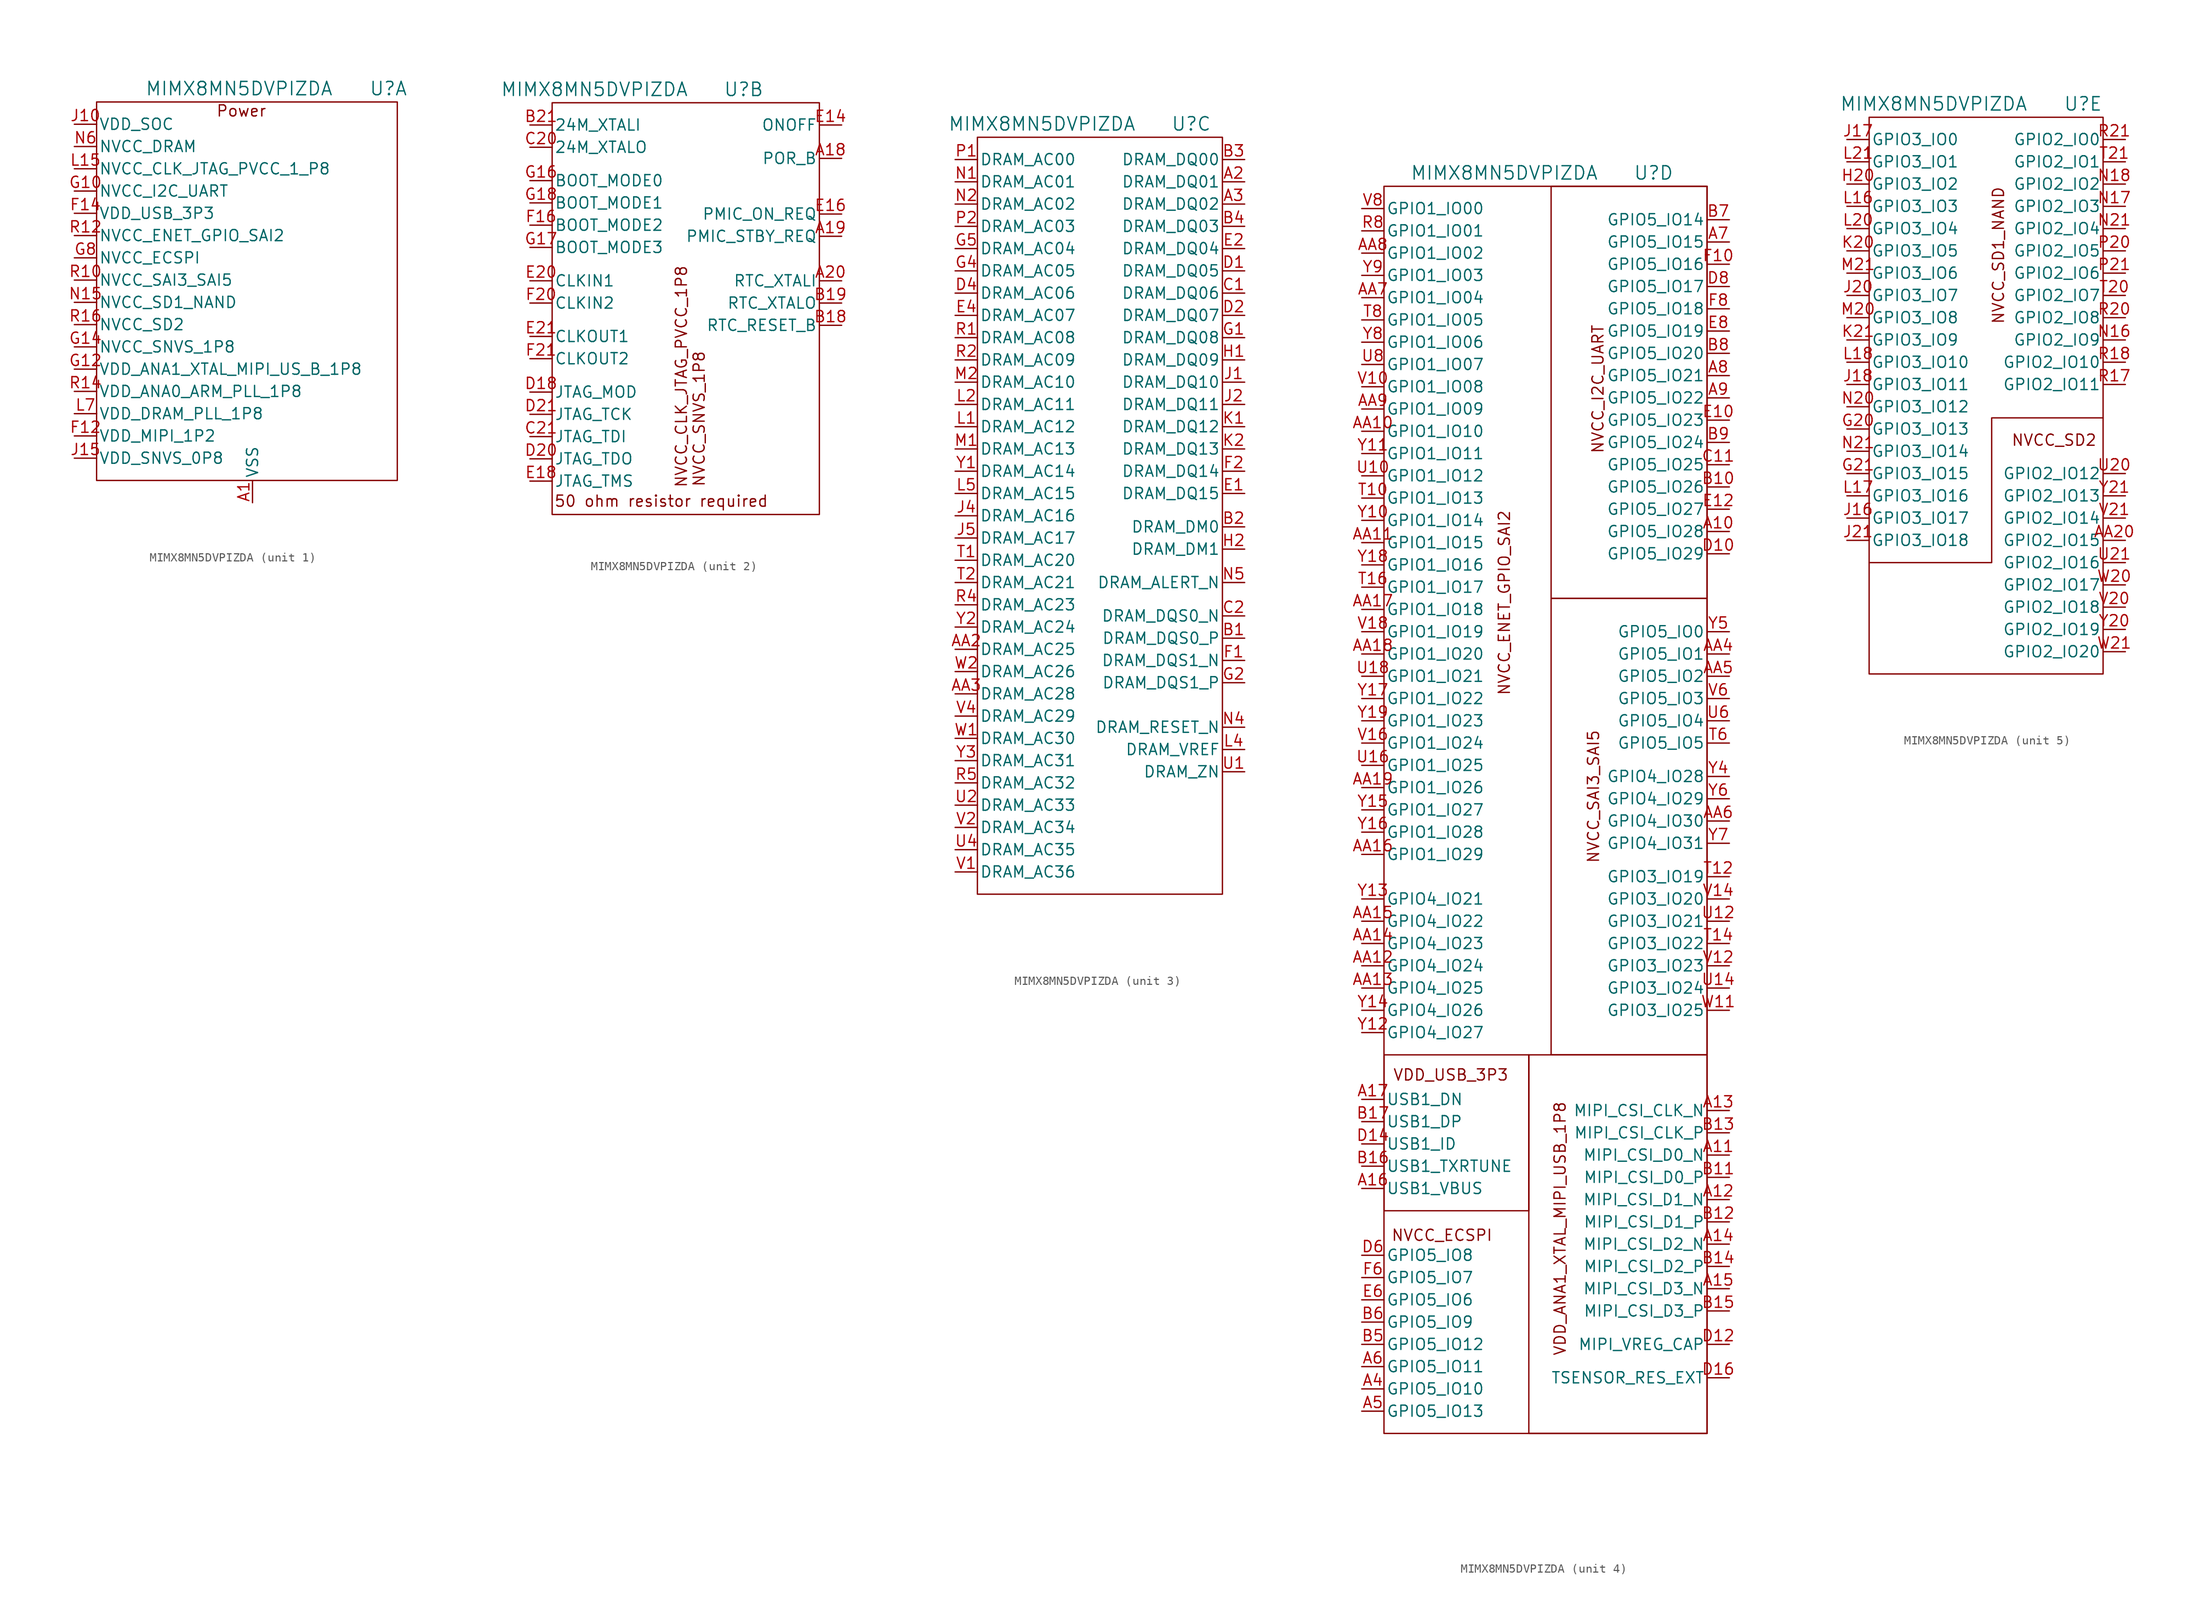
<source format=kicad_sym>
(kicad_symbol_lib
  (version 20231120)
  (generator "kicad_symbol_editor")
  (generator_version "8.0")
  (symbol "MIMX8MN5DVPIZDA"
    (pin_names
      (offset 0.254))
    (property "Reference" "U"
      (at -1.016 1.524 0)
      (effects (font (size 1.524 1.524))))
    (property "Value" "MIMX8MN5DVPIZDA"
      (at -18.034 1.524 0)
      (effects (font (size 1.524 1.524))))
    (property "ki_locked" ""
      (at 0 0 0)
      (effects (font (size 1.27 1.27))))
    (symbol "MIMX8MN5DVPIZDA_1_0"
      (pin power_in line (at -16.51 -45.72 90) (length 2.54) (name "VSS" (effects (font (size 1.27 1.27)))) (number "A1" (effects (font (size 1.27 1.27)))))
      (pin power_in line (at -16.51 -45.72 90) (length 2.54) hide (name "VSS" (effects (font (size 1.27 1.27)))) (number "A21" (effects (font (size 1.27 1.27)))))
      (pin power_in line (at -16.51 -45.72 90) (length 2.54) hide (name "VSS" (effects (font (size 1.27 1.27)))) (number "AA1" (effects (font (size 1.27 1.27)))))
      (pin power_in line (at -16.51 -45.72 90) (length 2.54) hide (name "VSS" (effects (font (size 1.27 1.27)))) (number "AA21" (effects (font (size 1.27 1.27)))))
      (pin power_in line (at -16.51 -45.72 90) (length 2.54) hide (name "VSS" (effects (font (size 1.27 1.27)))) (number "B20" (effects (font (size 1.27 1.27)))))
      (pin power_in line (at -16.51 -45.72 90) (length 2.54) hide (name "VSS" (effects (font (size 1.27 1.27)))) (number "C10" (effects (font (size 1.27 1.27)))))
      (pin power_in line (at -16.51 -45.72 90) (length 2.54) hide (name "VSS" (effects (font (size 1.27 1.27)))) (number "C12" (effects (font (size 1.27 1.27)))))
      (pin power_in line (at -16.51 -45.72 90) (length 2.54) hide (name "VSS" (effects (font (size 1.27 1.27)))) (number "C14" (effects (font (size 1.27 1.27)))))
      (pin power_in line (at -16.51 -45.72 90) (length 2.54) hide (name "VSS" (effects (font (size 1.27 1.27)))) (number "C16" (effects (font (size 1.27 1.27)))))
      (pin power_in line (at -16.51 -45.72 90) (length 2.54) hide (name "VSS" (effects (font (size 1.27 1.27)))) (number "C18" (effects (font (size 1.27 1.27)))))
      (pin power_in line (at -16.51 -45.72 90) (length 2.54) hide (name "VSS" (effects (font (size 1.27 1.27)))) (number "C4" (effects (font (size 1.27 1.27)))))
      (pin power_in line (at -16.51 -45.72 90) (length 2.54) hide (name "VSS" (effects (font (size 1.27 1.27)))) (number "C6" (effects (font (size 1.27 1.27)))))
      (pin power_in line (at -16.51 -45.72 90) (length 2.54) hide (name "VSS" (effects (font (size 1.27 1.27)))) (number "C8" (effects (font (size 1.27 1.27)))))
      (pin power_in line (at -16.51 -45.72 90) (length 2.54) hide (name "VSS" (effects (font (size 1.27 1.27)))) (number "E19" (effects (font (size 1.27 1.27)))))
      (pin power_in line (at -16.51 -45.72 90) (length 2.54) hide (name "VSS" (effects (font (size 1.27 1.27)))) (number "E3" (effects (font (size 1.27 1.27)))))
      (pin power_in line (at -36.83 -38.1 0) (length 2.54) (name "VDD_MIPI_1P2" (effects (font (size 1.27 1.27)))) (number "F12" (effects (font (size 1.27 1.27)))))
      (pin power_in line (at -36.83 -12.7 0) (length 2.54) (name "VDD_USB_3P3" (effects (font (size 1.27 1.27)))) (number "F14" (effects (font (size 1.27 1.27)))))
      (pin power_in line (at -36.83 -10.16 0) (length 2.54) (name "NVCC_I2C_UART" (effects (font (size 1.27 1.27)))) (number "G10" (effects (font (size 1.27 1.27)))))
      (pin power_in line (at -36.83 -30.48 0) (length 2.54) (name "VDD_ANA1_XTAL_MIPI_US_B_1P8" (effects (font (size 1.27 1.27)))) (number "G12" (effects (font (size 1.27 1.27)))))
      (pin power_in line (at -36.83 -27.94 0) (length 2.54) (name "NVCC_SNVS_1P8" (effects (font (size 1.27 1.27)))) (number "G14" (effects (font (size 1.27 1.27)))))
      (pin power_in line (at -16.51 -45.72 90) (length 2.54) hide (name "VSS" (effects (font (size 1.27 1.27)))) (number "G19" (effects (font (size 1.27 1.27)))))
      (pin power_in line (at -16.51 -45.72 90) (length 2.54) hide (name "VSS" (effects (font (size 1.27 1.27)))) (number "G3" (effects (font (size 1.27 1.27)))))
      (pin power_in line (at -36.83 -5.08 0) (length 2.54) hide (name "NVCC_DRAM" (effects (font (size 1.27 1.27)))) (number "G6" (effects (font (size 1.27 1.27)))))
      (pin power_in line (at -36.83 -17.78 0) (length 2.54) (name "NVCC_ECSPI" (effects (font (size 1.27 1.27)))) (number "G8" (effects (font (size 1.27 1.27)))))
      (pin power_in line (at -16.51 -45.72 90) (length 2.54) hide (name "VSS" (effects (font (size 1.27 1.27)))) (number "H10" (effects (font (size 1.27 1.27)))))
      (pin power_in line (at -16.51 -45.72 90) (length 2.54) hide (name "VSS" (effects (font (size 1.27 1.27)))) (number "H12" (effects (font (size 1.27 1.27)))))
      (pin power_in line (at -16.51 -45.72 90) (length 2.54) hide (name "VSS" (effects (font (size 1.27 1.27)))) (number "H14" (effects (font (size 1.27 1.27)))))
      (pin power_in line (at -16.51 -45.72 90) (length 2.54) hide (name "VSS" (effects (font (size 1.27 1.27)))) (number "H8" (effects (font (size 1.27 1.27)))))
      (pin power_in line (at -36.83 -2.54 0) (length 2.54) (name "VDD_SOC" (effects (font (size 1.27 1.27)))) (number "J10" (effects (font (size 1.27 1.27)))))
      (pin power_in line (at -36.83 -2.54 0) (length 2.54) hide (name "VDD_SOC" (effects (font (size 1.27 1.27)))) (number "J11" (effects (font (size 1.27 1.27)))))
      (pin power_in line (at -36.83 -2.54 0) (length 2.54) hide (name "VDD_SOC" (effects (font (size 1.27 1.27)))) (number "J12" (effects (font (size 1.27 1.27)))))
      (pin power_in line (at -36.83 -2.54 0) (length 2.54) hide (name "VDD_SOC" (effects (font (size 1.27 1.27)))) (number "J13" (effects (font (size 1.27 1.27)))))
      (pin power_in line (at -16.51 -45.72 90) (length 2.54) hide (name "VSS" (effects (font (size 1.27 1.27)))) (number "J14" (effects (font (size 1.27 1.27)))))
      (pin power_in line (at -36.83 -40.64 0) (length 2.54) (name "VDD_SNVS_0P8" (effects (font (size 1.27 1.27)))) (number "J15" (effects (font (size 1.27 1.27)))))
      (pin power_in line (at -16.51 -45.72 90) (length 2.54) hide (name "VSS" (effects (font (size 1.27 1.27)))) (number "J19" (effects (font (size 1.27 1.27)))))
      (pin power_in line (at -16.51 -45.72 90) (length 2.54) hide (name "VSS" (effects (font (size 1.27 1.27)))) (number "J3" (effects (font (size 1.27 1.27)))))
      (pin power_in line (at -36.83 -5.08 0) (length 2.54) hide (name "NVCC_DRAM" (effects (font (size 1.27 1.27)))) (number "J6" (effects (font (size 1.27 1.27)))))
      (pin power_in line (at -36.83 -5.08 0) (length 2.54) hide (name "NVCC_DRAM" (effects (font (size 1.27 1.27)))) (number "J7" (effects (font (size 1.27 1.27)))))
      (pin power_in line (at -16.51 -45.72 90) (length 2.54) hide (name "VSS" (effects (font (size 1.27 1.27)))) (number "J8" (effects (font (size 1.27 1.27)))))
      (pin power_in line (at -36.83 -2.54 0) (length 2.54) hide (name "VDD_SOC" (effects (font (size 1.27 1.27)))) (number "J9" (effects (font (size 1.27 1.27)))))
      (pin power_in line (at -36.83 -2.54 0) (length 2.54) hide (name "VDD_SOC" (effects (font (size 1.27 1.27)))) (number "K10" (effects (font (size 1.27 1.27)))))
      (pin power_in line (at -16.51 -45.72 90) (length 2.54) hide (name "VSS" (effects (font (size 1.27 1.27)))) (number "K11" (effects (font (size 1.27 1.27)))))
      (pin power_in line (at -36.83 -2.54 0) (length 2.54) hide (name "VDD_SOC" (effects (font (size 1.27 1.27)))) (number "K12" (effects (font (size 1.27 1.27)))))
      (pin power_in line (at -36.83 -2.54 0) (length 2.54) hide (name "VDD_SOC" (effects (font (size 1.27 1.27)))) (number "L10" (effects (font (size 1.27 1.27)))))
      (pin power_in line (at -36.83 -2.54 0) (length 2.54) hide (name "VDD_SOC" (effects (font (size 1.27 1.27)))) (number "L12" (effects (font (size 1.27 1.27)))))
      (pin power_in line (at -36.83 -2.54 0) (length 2.54) hide (name "VDD_SOC" (effects (font (size 1.27 1.27)))) (number "L13" (effects (font (size 1.27 1.27)))))
      (pin power_in line (at -16.51 -45.72 90) (length 2.54) hide (name "VSS" (effects (font (size 1.27 1.27)))) (number "L14" (effects (font (size 1.27 1.27)))))
      (pin power_in line (at -36.83 -7.62 0) (length 2.54) (name "NVCC_CLK_JTAG_PVCC_1_P8" (effects (font (size 1.27 1.27)))) (number "L15" (effects (font (size 1.27 1.27)))))
      (pin power_in line (at -16.51 -45.72 90) (length 2.54) hide (name "VSS" (effects (font (size 1.27 1.27)))) (number "L19" (effects (font (size 1.27 1.27)))))
      (pin power_in line (at -16.51 -45.72 90) (length 2.54) hide (name "VSS" (effects (font (size 1.27 1.27)))) (number "L3" (effects (font (size 1.27 1.27)))))
      (pin power_in line (at -36.83 -5.08 0) (length 2.54) hide (name "NVCC_DRAM" (effects (font (size 1.27 1.27)))) (number "L6" (effects (font (size 1.27 1.27)))))
      (pin power_in line (at -36.83 -35.56 0) (length 2.54) (name "VDD_DRAM_PLL_1P8" (effects (font (size 1.27 1.27)))) (number "L7" (effects (font (size 1.27 1.27)))))
      (pin power_in line (at -16.51 -45.72 90) (length 2.54) hide (name "VSS" (effects (font (size 1.27 1.27)))) (number "L8" (effects (font (size 1.27 1.27)))))
      (pin power_in line (at -36.83 -2.54 0) (length 2.54) hide (name "VDD_SOC" (effects (font (size 1.27 1.27)))) (number "L9" (effects (font (size 1.27 1.27)))))
      (pin power_in line (at -36.83 -2.54 0) (length 2.54) hide (name "VDD_SOC" (effects (font (size 1.27 1.27)))) (number "M10" (effects (font (size 1.27 1.27)))))
      (pin power_in line (at -16.51 -45.72 90) (length 2.54) hide (name "VSS" (effects (font (size 1.27 1.27)))) (number "M11" (effects (font (size 1.27 1.27)))))
      (pin power_in line (at -36.83 -2.54 0) (length 2.54) hide (name "VDD_SOC" (effects (font (size 1.27 1.27)))) (number "M12" (effects (font (size 1.27 1.27)))))
      (pin power_in line (at -36.83 -2.54 0) (length 2.54) hide (name "VDD_SOC" (effects (font (size 1.27 1.27)))) (number "N10" (effects (font (size 1.27 1.27)))))
      (pin power_in line (at -36.83 -2.54 0) (length 2.54) hide (name "VDD_SOC" (effects (font (size 1.27 1.27)))) (number "N11" (effects (font (size 1.27 1.27)))))
      (pin power_in line (at -36.83 -2.54 0) (length 2.54) hide (name "VDD_SOC" (effects (font (size 1.27 1.27)))) (number "N12" (effects (font (size 1.27 1.27)))))
      (pin power_in line (at -36.83 -2.54 0) (length 2.54) hide (name "VDD_SOC" (effects (font (size 1.27 1.27)))) (number "N13" (effects (font (size 1.27 1.27)))))
      (pin power_in line (at -16.51 -45.72 90) (length 2.54) hide (name "VSS" (effects (font (size 1.27 1.27)))) (number "N14" (effects (font (size 1.27 1.27)))))
      (pin power_in line (at -36.83 -22.86 0) (length 2.54) (name "NVCC_SD1_NAND" (effects (font (size 1.27 1.27)))) (number "N15" (effects (font (size 1.27 1.27)))))
      (pin power_in line (at -16.51 -45.72 90) (length 2.54) hide (name "VSS" (effects (font (size 1.27 1.27)))) (number "N19" (effects (font (size 1.27 1.27)))))
      (pin power_in line (at -16.51 -45.72 90) (length 2.54) hide (name "VSS" (effects (font (size 1.27 1.27)))) (number "N3" (effects (font (size 1.27 1.27)))))
      (pin power_in line (at -36.83 -5.08 0) (length 2.54) (name "NVCC_DRAM" (effects (font (size 1.27 1.27)))) (number "N6" (effects (font (size 1.27 1.27)))))
      (pin power_in line (at -36.83 -5.08 0) (length 2.54) hide (name "NVCC_DRAM" (effects (font (size 1.27 1.27)))) (number "N7" (effects (font (size 1.27 1.27)))))
      (pin power_in line (at -16.51 -45.72 90) (length 2.54) hide (name "VSS" (effects (font (size 1.27 1.27)))) (number "N8" (effects (font (size 1.27 1.27)))))
      (pin power_in line (at -36.83 -2.54 0) (length 2.54) hide (name "VDD_SOC" (effects (font (size 1.27 1.27)))) (number "N9" (effects (font (size 1.27 1.27)))))
      (pin power_in line (at -16.51 -45.72 90) (length 2.54) hide (name "VSS" (effects (font (size 1.27 1.27)))) (number "P10" (effects (font (size 1.27 1.27)))))
      (pin power_in line (at -16.51 -45.72 90) (length 2.54) hide (name "VSS" (effects (font (size 1.27 1.27)))) (number "P12" (effects (font (size 1.27 1.27)))))
      (pin power_in line (at -16.51 -45.72 90) (length 2.54) hide (name "VSS" (effects (font (size 1.27 1.27)))) (number "P14" (effects (font (size 1.27 1.27)))))
      (pin power_in line (at -16.51 -45.72 90) (length 2.54) hide (name "VSS" (effects (font (size 1.27 1.27)))) (number "P8" (effects (font (size 1.27 1.27)))))
      (pin power_in line (at -36.83 -20.32 0) (length 2.54) (name "NVCC_SAI3_SAI5" (effects (font (size 1.27 1.27)))) (number "R10" (effects (font (size 1.27 1.27)))))
      (pin power_in line (at -36.83 -15.24 0) (length 2.54) (name "NVCC_ENET_GPIO_SAI2" (effects (font (size 1.27 1.27)))) (number "R12" (effects (font (size 1.27 1.27)))))
      (pin power_in line (at -36.83 -33.02 0) (length 2.54) (name "VDD_ANA0_ARM_PLL_1P8" (effects (font (size 1.27 1.27)))) (number "R14" (effects (font (size 1.27 1.27)))))
      (pin power_in line (at -36.83 -25.4 0) (length 2.54) (name "NVCC_SD2" (effects (font (size 1.27 1.27)))) (number "R16" (effects (font (size 1.27 1.27)))))
      (pin power_in line (at -16.51 -45.72 90) (length 2.54) hide (name "VSS" (effects (font (size 1.27 1.27)))) (number "R19" (effects (font (size 1.27 1.27)))))
      (pin power_in line (at -16.51 -45.72 90) (length 2.54) hide (name "VSS" (effects (font (size 1.27 1.27)))) (number "R3" (effects (font (size 1.27 1.27)))))
      (pin power_in line (at -36.83 -5.08 0) (length 2.54) hide (name "NVCC_DRAM" (effects (font (size 1.27 1.27)))) (number "R6" (effects (font (size 1.27 1.27)))))
      (pin power_in line (at -16.51 -45.72 90) (length 2.54) hide (name "VSS" (effects (font (size 1.27 1.27)))) (number "U19" (effects (font (size 1.27 1.27)))))
      (pin power_in line (at -16.51 -45.72 90) (length 2.54) hide (name "VSS" (effects (font (size 1.27 1.27)))) (number "U3" (effects (font (size 1.27 1.27)))))
      (pin power_in line (at -16.51 -45.72 90) (length 2.54) hide (name "VSS" (effects (font (size 1.27 1.27)))) (number "W10" (effects (font (size 1.27 1.27)))))
      (pin power_in line (at -16.51 -45.72 90) (length 2.54) hide (name "VSS" (effects (font (size 1.27 1.27)))) (number "W12" (effects (font (size 1.27 1.27)))))
      (pin power_in line (at -16.51 -45.72 90) (length 2.54) hide (name "VSS" (effects (font (size 1.27 1.27)))) (number "W14" (effects (font (size 1.27 1.27)))))
      (pin power_in line (at -16.51 -45.72 90) (length 2.54) hide (name "VSS" (effects (font (size 1.27 1.27)))) (number "W16" (effects (font (size 1.27 1.27)))))
      (pin power_in line (at -16.51 -45.72 90) (length 2.54) hide (name "VSS" (effects (font (size 1.27 1.27)))) (number "W18" (effects (font (size 1.27 1.27)))))
      (pin power_in line (at -16.51 -45.72 90) (length 2.54) hide (name "VSS" (effects (font (size 1.27 1.27)))) (number "W4" (effects (font (size 1.27 1.27)))))
      (pin power_in line (at -16.51 -45.72 90) (length 2.54) hide (name "VSS" (effects (font (size 1.27 1.27)))) (number "W6" (effects (font (size 1.27 1.27)))))
      (pin power_in line (at -16.51 -45.72 90) (length 2.54) hide (name "VSS" (effects (font (size 1.27 1.27)))) (number "W8" (effects (font (size 1.27 1.27))))))
    (symbol "MIMX8MN5DVPIZDA_1_1"
      (rectangle (start -34.29 0) (end 0 -43.18) (stroke (width 0) (type default)) (fill (type none)))
      (text "Power" (at -17.78 -1.016 0) (effects (font (size 1.27 1.27)))))
    (symbol "MIMX8MN5DVPIZDA_2_1"
      (rectangle (start -22.86 0) (end 7.62 -46.99) (stroke (width 0) (type default)) (fill (type none)))
      (text "50 ohm resistor required" (at -10.414 -45.466 0) (effects (font (size 1.27 1.27))))
      (text "NVCC_CLK_JTAG_PVCC_1P8" (at -8.128 -31.242 900) (effects (font (size 1.27 1.27))))
      (text "NVCC_SNVS_1P8" (at -6.096 -36.068 900) (effects (font (size 1.27 1.27))))
      (pin input line (at 10.16 -6.35 180) (length 2.54) (name "POR_B" (effects (font (size 1.27 1.27)))) (number "A18" (effects (font (size 1.27 1.27)))))
      (pin output line (at 10.16 -15.24 180) (length 2.54) (name "PMIC_STBY_REQ" (effects (font (size 1.27 1.27)))) (number "A19" (effects (font (size 1.27 1.27)))))
      (pin input line (at 10.16 -20.32 180) (length 2.54) (name "RTC_XTALI" (effects (font (size 1.27 1.27)))) (number "A20" (effects (font (size 1.27 1.27)))))
      (pin input line (at 10.16 -25.4 180) (length 2.54) (name "RTC_RESET_B" (effects (font (size 1.27 1.27)))) (number "B18" (effects (font (size 1.27 1.27)))))
      (pin output line (at 10.16 -22.86 180) (length 2.54) (name "RTC_XTALO" (effects (font (size 1.27 1.27)))) (number "B19" (effects (font (size 1.27 1.27)))))
      (pin input line (at -25.4 -2.54 0) (length 2.54) (name "24M_XTALI" (effects (font (size 1.27 1.27)))) (number "B21" (effects (font (size 1.27 1.27)))))
      (pin output line (at -25.4 -5.08 0) (length 2.54) (name "24M_XTALO" (effects (font (size 1.27 1.27)))) (number "C20" (effects (font (size 1.27 1.27)))))
      (pin input line (at -25.4 -38.1 0) (length 2.54) (name "JTAG_TDI" (effects (font (size 1.27 1.27)))) (number "C21" (effects (font (size 1.27 1.27)))))
      (pin input line (at -25.4 -33.02 0) (length 2.54) (name "JTAG_MOD" (effects (font (size 1.27 1.27)))) (number "D18" (effects (font (size 1.27 1.27)))))
      (pin input line (at -25.4 -40.64 0) (length 2.54) (name "JTAG_TDO" (effects (font (size 1.27 1.27)))) (number "D20" (effects (font (size 1.27 1.27)))))
      (pin input line (at -25.4 -35.56 0) (length 2.54) (name "JTAG_TCK" (effects (font (size 1.27 1.27)))) (number "D21" (effects (font (size 1.27 1.27)))))
      (pin input line (at 10.16 -2.54 180) (length 2.54) (name "ONOFF" (effects (font (size 1.27 1.27)))) (number "E14" (effects (font (size 1.27 1.27)))))
      (pin output line (at 10.16 -12.7 180) (length 2.54) (name "PMIC_ON_REQ" (effects (font (size 1.27 1.27)))) (number "E16" (effects (font (size 1.27 1.27)))))
      (pin input line (at -25.4 -43.18 0) (length 2.54) (name "JTAG_TMS" (effects (font (size 1.27 1.27)))) (number "E18" (effects (font (size 1.27 1.27)))))
      (pin input line (at -25.4 -20.32 0) (length 2.54) (name "CLKIN1" (effects (font (size 1.27 1.27)))) (number "E20" (effects (font (size 1.27 1.27)))))
      (pin output line (at -25.4 -26.67 0) (length 2.54) (name "CLKOUT1" (effects (font (size 1.27 1.27)))) (number "E21" (effects (font (size 1.27 1.27)))))
      (pin input line (at -25.4 -13.97 0) (length 2.54) (name "BOOT_MODE2" (effects (font (size 1.27 1.27)))) (number "F16" (effects (font (size 1.27 1.27)))))
      (pin input line (at -25.4 -22.86 0) (length 2.54) (name "CLKIN2" (effects (font (size 1.27 1.27)))) (number "F20" (effects (font (size 1.27 1.27)))))
      (pin output line (at -25.4 -29.21 0) (length 2.54) (name "CLKOUT2" (effects (font (size 1.27 1.27)))) (number "F21" (effects (font (size 1.27 1.27)))))
      (pin input line (at -25.4 -8.89 0) (length 2.54) (name "BOOT_MODE0" (effects (font (size 1.27 1.27)))) (number "G16" (effects (font (size 1.27 1.27)))))
      (pin input line (at -25.4 -16.51 0) (length 2.54) (name "BOOT_MODE3" (effects (font (size 1.27 1.27)))) (number "G17" (effects (font (size 1.27 1.27)))))
      (pin input line (at -25.4 -11.43 0) (length 2.54) (name "BOOT_MODE1" (effects (font (size 1.27 1.27)))) (number "G18" (effects (font (size 1.27 1.27))))))
    (symbol "MIMX8MN5DVPIZDA_3_1"
      (rectangle (start -25.4 0) (end 2.54 -86.36) (stroke (width 0) (type default)) (fill (type none)))
      (pin input line (at 5.08 -5.08 180) (length 2.54) (name "DRAM_DQ01" (effects (font (size 1.27 1.27)))) (number "A2" (effects (font (size 1.27 1.27)))))
      (pin input line (at 5.08 -7.62 180) (length 2.54) (name "DRAM_DQ02" (effects (font (size 1.27 1.27)))) (number "A3" (effects (font (size 1.27 1.27)))))
      (pin input line (at -27.94 -58.42 0) (length 2.54) (name "DRAM_AC25" (effects (font (size 1.27 1.27)))) (number "AA2" (effects (font (size 1.27 1.27)))))
      (pin input line (at -27.94 -63.5 0) (length 2.54) (name "DRAM_AC28" (effects (font (size 1.27 1.27)))) (number "AA3" (effects (font (size 1.27 1.27)))))
      (pin input line (at 5.08 -57.15 180) (length 2.54) (name "DRAM_DQS0_P" (effects (font (size 1.27 1.27)))) (number "B1" (effects (font (size 1.27 1.27)))))
      (pin input line (at 5.08 -44.45 180) (length 2.54) (name "DRAM_DM0" (effects (font (size 1.27 1.27)))) (number "B2" (effects (font (size 1.27 1.27)))))
      (pin input line (at 5.08 -2.54 180) (length 2.54) (name "DRAM_DQ00" (effects (font (size 1.27 1.27)))) (number "B3" (effects (font (size 1.27 1.27)))))
      (pin input line (at 5.08 -10.16 180) (length 2.54) (name "DRAM_DQ03" (effects (font (size 1.27 1.27)))) (number "B4" (effects (font (size 1.27 1.27)))))
      (pin input line (at 5.08 -17.78 180) (length 2.54) (name "DRAM_DQ06" (effects (font (size 1.27 1.27)))) (number "C1" (effects (font (size 1.27 1.27)))))
      (pin input line (at 5.08 -54.61 180) (length 2.54) (name "DRAM_DQS0_N" (effects (font (size 1.27 1.27)))) (number "C2" (effects (font (size 1.27 1.27)))))
      (pin input line (at 5.08 -15.24 180) (length 2.54) (name "DRAM_DQ05" (effects (font (size 1.27 1.27)))) (number "D1" (effects (font (size 1.27 1.27)))))
      (pin input line (at 5.08 -20.32 180) (length 2.54) (name "DRAM_DQ07" (effects (font (size 1.27 1.27)))) (number "D2" (effects (font (size 1.27 1.27)))))
      (pin input line (at -27.94 -17.78 0) (length 2.54) (name "DRAM_AC06" (effects (font (size 1.27 1.27)))) (number "D4" (effects (font (size 1.27 1.27)))))
      (pin input line (at 5.08 -40.64 180) (length 2.54) (name "DRAM_DQ15" (effects (font (size 1.27 1.27)))) (number "E1" (effects (font (size 1.27 1.27)))))
      (pin input line (at 5.08 -12.7 180) (length 2.54) (name "DRAM_DQ04" (effects (font (size 1.27 1.27)))) (number "E2" (effects (font (size 1.27 1.27)))))
      (pin input line (at -27.94 -20.32 0) (length 2.54) (name "DRAM_AC07" (effects (font (size 1.27 1.27)))) (number "E4" (effects (font (size 1.27 1.27)))))
      (pin input line (at 5.08 -59.69 180) (length 2.54) (name "DRAM_DQS1_N" (effects (font (size 1.27 1.27)))) (number "F1" (effects (font (size 1.27 1.27)))))
      (pin input line (at 5.08 -38.1 180) (length 2.54) (name "DRAM_DQ14" (effects (font (size 1.27 1.27)))) (number "F2" (effects (font (size 1.27 1.27)))))
      (pin input line (at 5.08 -22.86 180) (length 2.54) (name "DRAM_DQ08" (effects (font (size 1.27 1.27)))) (number "G1" (effects (font (size 1.27 1.27)))))
      (pin input line (at 5.08 -62.23 180) (length 2.54) (name "DRAM_DQS1_P" (effects (font (size 1.27 1.27)))) (number "G2" (effects (font (size 1.27 1.27)))))
      (pin input line (at -27.94 -15.24 0) (length 2.54) (name "DRAM_AC05" (effects (font (size 1.27 1.27)))) (number "G4" (effects (font (size 1.27 1.27)))))
      (pin input line (at -27.94 -12.7 0) (length 2.54) (name "DRAM_AC04" (effects (font (size 1.27 1.27)))) (number "G5" (effects (font (size 1.27 1.27)))))
      (pin input line (at 5.08 -25.4 180) (length 2.54) (name "DRAM_DQ09" (effects (font (size 1.27 1.27)))) (number "H1" (effects (font (size 1.27 1.27)))))
      (pin input line (at 5.08 -46.99 180) (length 2.54) (name "DRAM_DM1" (effects (font (size 1.27 1.27)))) (number "H2" (effects (font (size 1.27 1.27)))))
      (pin input line (at 5.08 -27.94 180) (length 2.54) (name "DRAM_DQ10" (effects (font (size 1.27 1.27)))) (number "J1" (effects (font (size 1.27 1.27)))))
      (pin input line (at 5.08 -30.48 180) (length 2.54) (name "DRAM_DQ11" (effects (font (size 1.27 1.27)))) (number "J2" (effects (font (size 1.27 1.27)))))
      (pin input line (at -27.94 -43.18 0) (length 2.54) (name "DRAM_AC16" (effects (font (size 1.27 1.27)))) (number "J4" (effects (font (size 1.27 1.27)))))
      (pin input line (at -27.94 -45.72 0) (length 2.54) (name "DRAM_AC17" (effects (font (size 1.27 1.27)))) (number "J5" (effects (font (size 1.27 1.27)))))
      (pin input line (at 5.08 -33.02 180) (length 2.54) (name "DRAM_DQ12" (effects (font (size 1.27 1.27)))) (number "K1" (effects (font (size 1.27 1.27)))))
      (pin input line (at 5.08 -35.56 180) (length 2.54) (name "DRAM_DQ13" (effects (font (size 1.27 1.27)))) (number "K2" (effects (font (size 1.27 1.27)))))
      (pin input line (at -27.94 -33.02 0) (length 2.54) (name "DRAM_AC12" (effects (font (size 1.27 1.27)))) (number "L1" (effects (font (size 1.27 1.27)))))
      (pin input line (at -27.94 -30.48 0) (length 2.54) (name "DRAM_AC11" (effects (font (size 1.27 1.27)))) (number "L2" (effects (font (size 1.27 1.27)))))
      (pin passive line (at 5.08 -69.85 180) (length 2.54) (name "DRAM_VREF" (effects (font (size 1.27 1.27)))) (number "L4" (effects (font (size 1.27 1.27)))))
      (pin input line (at -27.94 -40.64 0) (length 2.54) (name "DRAM_AC15" (effects (font (size 1.27 1.27)))) (number "L5" (effects (font (size 1.27 1.27)))))
      (pin input line (at -27.94 -35.56 0) (length 2.54) (name "DRAM_AC13" (effects (font (size 1.27 1.27)))) (number "M1" (effects (font (size 1.27 1.27)))))
      (pin input line (at -27.94 -27.94 0) (length 2.54) (name "DRAM_AC10" (effects (font (size 1.27 1.27)))) (number "M2" (effects (font (size 1.27 1.27)))))
      (pin output line (at -27.94 -5.08 0) (length 2.54) (name "DRAM_AC01" (effects (font (size 1.27 1.27)))) (number "N1" (effects (font (size 1.27 1.27)))))
      (pin input line (at -27.94 -7.62 0) (length 2.54) (name "DRAM_AC02" (effects (font (size 1.27 1.27)))) (number "N2" (effects (font (size 1.27 1.27)))))
      (pin output line (at 5.08 -67.31 180) (length 2.54) (name "DRAM_RESET_N" (effects (font (size 1.27 1.27)))) (number "N4" (effects (font (size 1.27 1.27)))))
      (pin input line (at 5.08 -50.8 180) (length 2.54) (name "DRAM_ALERT_N" (effects (font (size 1.27 1.27)))) (number "N5" (effects (font (size 1.27 1.27)))))
      (pin output line (at -27.94 -2.54 0) (length 2.54) (name "DRAM_AC00" (effects (font (size 1.27 1.27)))) (number "P1" (effects (font (size 1.27 1.27)))))
      (pin input line (at -27.94 -10.16 0) (length 2.54) (name "DRAM_AC03" (effects (font (size 1.27 1.27)))) (number "P2" (effects (font (size 1.27 1.27)))))
      (pin input line (at -27.94 -22.86 0) (length 2.54) (name "DRAM_AC08" (effects (font (size 1.27 1.27)))) (number "R1" (effects (font (size 1.27 1.27)))))
      (pin input line (at -27.94 -25.4 0) (length 2.54) (name "DRAM_AC09" (effects (font (size 1.27 1.27)))) (number "R2" (effects (font (size 1.27 1.27)))))
      (pin input line (at -27.94 -53.34 0) (length 2.54) (name "DRAM_AC23" (effects (font (size 1.27 1.27)))) (number "R4" (effects (font (size 1.27 1.27)))))
      (pin input line (at -27.94 -73.66 0) (length 2.54) (name "DRAM_AC32" (effects (font (size 1.27 1.27)))) (number "R5" (effects (font (size 1.27 1.27)))))
      (pin output line (at -27.94 -48.26 0) (length 2.54) (name "DRAM_AC20" (effects (font (size 1.27 1.27)))) (number "T1" (effects (font (size 1.27 1.27)))))
      (pin output line (at -27.94 -50.8 0) (length 2.54) (name "DRAM_AC21" (effects (font (size 1.27 1.27)))) (number "T2" (effects (font (size 1.27 1.27)))))
      (pin passive line (at 5.08 -72.39 180) (length 2.54) (name "DRAM_ZN" (effects (font (size 1.27 1.27)))) (number "U1" (effects (font (size 1.27 1.27)))))
      (pin input line (at -27.94 -76.2 0) (length 2.54) (name "DRAM_AC33" (effects (font (size 1.27 1.27)))) (number "U2" (effects (font (size 1.27 1.27)))))
      (pin input line (at -27.94 -81.28 0) (length 2.54) (name "DRAM_AC35" (effects (font (size 1.27 1.27)))) (number "U4" (effects (font (size 1.27 1.27)))))
      (pin input line (at -27.94 -83.82 0) (length 2.54) (name "DRAM_AC36" (effects (font (size 1.27 1.27)))) (number "V1" (effects (font (size 1.27 1.27)))))
      (pin input line (at -27.94 -78.74 0) (length 2.54) (name "DRAM_AC34" (effects (font (size 1.27 1.27)))) (number "V2" (effects (font (size 1.27 1.27)))))
      (pin input line (at -27.94 -66.04 0) (length 2.54) (name "DRAM_AC29" (effects (font (size 1.27 1.27)))) (number "V4" (effects (font (size 1.27 1.27)))))
      (pin input line (at -27.94 -68.58 0) (length 2.54) (name "DRAM_AC30" (effects (font (size 1.27 1.27)))) (number "W1" (effects (font (size 1.27 1.27)))))
      (pin input line (at -27.94 -60.96 0) (length 2.54) (name "DRAM_AC26" (effects (font (size 1.27 1.27)))) (number "W2" (effects (font (size 1.27 1.27)))))
      (pin input line (at -27.94 -38.1 0) (length 2.54) (name "DRAM_AC14" (effects (font (size 1.27 1.27)))) (number "Y1" (effects (font (size 1.27 1.27)))))
      (pin input line (at -27.94 -55.88 0) (length 2.54) (name "DRAM_AC24" (effects (font (size 1.27 1.27)))) (number "Y2" (effects (font (size 1.27 1.27)))))
      (pin input line (at -27.94 -71.12 0) (length 2.54) (name "DRAM_AC31" (effects (font (size 1.27 1.27)))) (number "Y3" (effects (font (size 1.27 1.27))))))
    (symbol "MIMX8MN5DVPIZDA_4_1"
      (rectangle (start -31.75 -99.06) (end -15.24 -116.84) (stroke (width 0) (type default)) (fill (type none)))
      (rectangle (start -31.75 0) (end 5.08 -142.24) (stroke (width 0) (type default)) (fill (type none)))
      (rectangle (start -15.24 -99.06) (end 5.08 -142.24) (stroke (width 0) (type default)) (fill (type none)))
      (rectangle (start -12.7 -46.99) (end 5.08 -99.06) (stroke (width 0) (type default)) (fill (type none)))
      (rectangle (start 5.08 0) (end -12.7 -46.99) (stroke (width 0) (type default)) (fill (type none)))
      (text "NVCC_ECSPI" (at -25.146 -119.634 0) (effects (font (size 1.27 1.27))))
      (text "NVCC_ENET_GPIO_SAI2" (at -18.034 -47.498 900) (effects (font (size 1.27 1.27))))
      (text "NVCC_I2C_UART" (at -7.366 -23.114 900) (effects (font (size 1.27 1.27))))
      (text "NVCC_SAI3_SAI5" (at -7.874 -69.596 900) (effects (font (size 1.27 1.27))))
      (text "VDD_ANA1_XTAL_MIPI_USB_1P8" (at -11.684 -118.872 900) (effects (font (size 1.27 1.27))))
      (text "VDD_USB_3P3" (at -24.13 -101.346 0) (effects (font (size 1.27 1.27))))
      (pin input line (at 7.62 -39.37 180) (length 2.54) (name "GPIO5_IO28" (effects (font (size 1.27 1.27)))) (number "A10" (effects (font (size 1.27 1.27)))) (alternate "UART4_RXD" input line))
      (pin input line (at 7.62 -110.49 180) (length 2.54) (name "MIPI_CSI_D0_N" (effects (font (size 1.27 1.27)))) (number "A11" (effects (font (size 1.27 1.27)))))
      (pin input line (at 7.62 -115.57 180) (length 2.54) (name "MIPI_CSI_D1_N" (effects (font (size 1.27 1.27)))) (number "A12" (effects (font (size 1.27 1.27)))))
      (pin input line (at 7.62 -105.41 180) (length 2.54) (name "MIPI_CSI_CLK_N" (effects (font (size 1.27 1.27)))) (number "A13" (effects (font (size 1.27 1.27)))))
      (pin input line (at 7.62 -120.65 180) (length 2.54) (name "MIPI_CSI_D2_N" (effects (font (size 1.27 1.27)))) (number "A14" (effects (font (size 1.27 1.27)))))
      (pin input line (at 7.62 -125.73 180) (length 2.54) (name "MIPI_CSI_D3_N" (effects (font (size 1.27 1.27)))) (number "A15" (effects (font (size 1.27 1.27)))))
      (pin passive line (at -34.29 -114.3 0) (length 2.54) (name "USB1_VBUS" (effects (font (size 1.27 1.27)))) (number "A16" (effects (font (size 1.27 1.27)))))
      (pin input line (at -34.29 -104.14 0) (length 2.54) (name "USB1_DN" (effects (font (size 1.27 1.27)))) (number "A17" (effects (font (size 1.27 1.27)))))
      (pin input line (at -34.29 -137.16 0) (length 2.54) (name "GPIO5_IO10" (effects (font (size 1.27 1.27)))) (number "A4" (effects (font (size 1.27 1.27)))) (alternate "ECSPI2_SCLK" input line))
      (pin input line (at -34.29 -139.7 0) (length 2.54) (name "GPIO5_IO13" (effects (font (size 1.27 1.27)))) (number "A5" (effects (font (size 1.27 1.27)))) (alternate "ECSPI2_SS0" input line))
      (pin input line (at -34.29 -134.62 0) (length 2.54) (name "GPIO5_IO11" (effects (font (size 1.27 1.27)))) (number "A6" (effects (font (size 1.27 1.27)))) (alternate "ECSPI2_MOSI" input line))
      (pin input line (at 7.62 -6.35 180) (length 2.54) (name "GPIO5_IO15" (effects (font (size 1.27 1.27)))) (number "A7" (effects (font (size 1.27 1.27)))) (alternate "I2C1_SDA" input line))
      (pin input line (at 7.62 -21.59 180) (length 2.54) (name "GPIO5_IO21" (effects (font (size 1.27 1.27)))) (number "A8" (effects (font (size 1.27 1.27)))) (alternate "I2C4_SDA" input line))
      (pin input line (at 7.62 -24.13 180) (length 2.54) (name "GPIO5_IO22" (effects (font (size 1.27 1.27)))) (number "A9" (effects (font (size 1.27 1.27)))) (alternate "UART1_RXD" input line))
      (pin input line (at -34.29 -27.94 0) (length 2.54) (name "GPIO1_IO10" (effects (font (size 1.27 1.27)))) (number "AA10" (effects (font (size 1.27 1.27)))))
      (pin input line (at -34.29 -40.64 0) (length 2.54) (name "GPIO1_IO15" (effects (font (size 1.27 1.27)))) (number "AA11" (effects (font (size 1.27 1.27)))))
      (pin input line (at -34.29 -88.9 0) (length 2.54) (name "GPIO4_IO24" (effects (font (size 1.27 1.27)))) (number "AA12" (effects (font (size 1.27 1.27)))) (alternate "SAI2_TXFS" input line))
      (pin input line (at -34.29 -91.44 0) (length 2.54) (name "GPIO4_IO25" (effects (font (size 1.27 1.27)))) (number "AA13" (effects (font (size 1.27 1.27)))) (alternate "SAI2_TXC" input line))
      (pin input line (at -34.29 -86.36 0) (length 2.54) (name "GPIO4_IO23" (effects (font (size 1.27 1.27)))) (number "AA14" (effects (font (size 1.27 1.27)))) (alternate "SAI2_RXD0" input line))
      (pin input line (at -34.29 -83.82 0) (length 2.54) (name "GPIO4_IO22" (effects (font (size 1.27 1.27)))) (number "AA15" (effects (font (size 1.27 1.27)))) (alternate "SAI2_RXC" input line))
      (pin input line (at -34.29 -76.2 0) (length 2.54) (name "GPIO1_IO29" (effects (font (size 1.27 1.27)))) (number "AA16" (effects (font (size 1.27 1.27)))) (alternate "ENET_RD3" input line))
      (pin input line (at -34.29 -48.26 0) (length 2.54) (name "GPIO1_IO18" (effects (font (size 1.27 1.27)))) (number "AA17" (effects (font (size 1.27 1.27)))) (alternate "ENET_TD3" input line))
      (pin input line (at -34.29 -53.34 0) (length 2.54) (name "GPIO1_IO20" (effects (font (size 1.27 1.27)))) (number "AA18" (effects (font (size 1.27 1.27)))) (alternate "ENET_TD1" input line))
      (pin input line (at -34.29 -68.58 0) (length 2.54) (name "GPIO1_IO26" (effects (font (size 1.27 1.27)))) (number "AA19" (effects (font (size 1.27 1.27)))) (alternate "ENET_RD0" input line))
      (pin input line (at 7.62 -53.34 180) (length 2.54) (name "GPIO5_IO1" (effects (font (size 1.27 1.27)))) (number "AA4" (effects (font (size 1.27 1.27)))) (alternate "SAI3_TXD" input line))
      (pin input line (at 7.62 -55.88 180) (length 2.54) (name "GPIO5_IO2" (effects (font (size 1.27 1.27)))) (number "AA5" (effects (font (size 1.27 1.27)))) (alternate "SAI3_MCLK" input line))
      (pin input line (at 7.62 -72.39 180) (length 2.54) (name "GPIO4_IO30" (effects (font (size 1.27 1.27)))) (number "AA6" (effects (font (size 1.27 1.27)))) (alternate "SAI3_RXD" input line))
      (pin input line (at -34.29 -12.7 0) (length 2.54) (name "GPIO1_IO04" (effects (font (size 1.27 1.27)))) (number "AA7" (effects (font (size 1.27 1.27)))))
      (pin input line (at -34.29 -7.62 0) (length 2.54) (name "GPIO1_IO02" (effects (font (size 1.27 1.27)))) (number "AA8" (effects (font (size 1.27 1.27)))))
      (pin input line (at -34.29 -25.4 0) (length 2.54) (name "GPIO1_IO09" (effects (font (size 1.27 1.27)))) (number "AA9" (effects (font (size 1.27 1.27)))))
      (pin input line (at 7.62 -34.29 180) (length 2.54) (name "GPIO5_IO26" (effects (font (size 1.27 1.27)))) (number "B10" (effects (font (size 1.27 1.27)))) (alternate "UART3_RXD" input line))
      (pin input line (at 7.62 -113.03 180) (length 2.54) (name "MIPI_CSI_D0_P" (effects (font (size 1.27 1.27)))) (number "B11" (effects (font (size 1.27 1.27)))))
      (pin input line (at 7.62 -118.11 180) (length 2.54) (name "MIPI_CSI_D1_P" (effects (font (size 1.27 1.27)))) (number "B12" (effects (font (size 1.27 1.27)))))
      (pin input line (at 7.62 -107.95 180) (length 2.54) (name "MIPI_CSI_CLK_P" (effects (font (size 1.27 1.27)))) (number "B13" (effects (font (size 1.27 1.27)))))
      (pin input line (at 7.62 -123.19 180) (length 2.54) (name "MIPI_CSI_D2_P" (effects (font (size 1.27 1.27)))) (number "B14" (effects (font (size 1.27 1.27)))))
      (pin input line (at 7.62 -128.27 180) (length 2.54) (name "MIPI_CSI_D3_P" (effects (font (size 1.27 1.27)))) (number "B15" (effects (font (size 1.27 1.27)))))
      (pin passive line (at -34.29 -111.76 0) (length 2.54) (name "USB1_TXRTUNE" (effects (font (size 1.27 1.27)))) (number "B16" (effects (font (size 1.27 1.27)))))
      (pin input line (at -34.29 -106.68 0) (length 2.54) (name "USB1_DP" (effects (font (size 1.27 1.27)))) (number "B17" (effects (font (size 1.27 1.27)))))
      (pin input line (at -34.29 -132.08 0) (length 2.54) (name "GPIO5_IO12" (effects (font (size 1.27 1.27)))) (number "B5" (effects (font (size 1.27 1.27)))) (alternate "ECSPI2_MISO" input line))
      (pin input line (at -34.29 -129.54 0) (length 2.54) (name "GPIO5_IO9" (effects (font (size 1.27 1.27)))) (number "B6" (effects (font (size 1.27 1.27)))) (alternate "ECSPI1_SS0" input line))
      (pin input line (at 7.62 -3.81 180) (length 2.54) (name "GPIO5_IO14" (effects (font (size 1.27 1.27)))) (number "B7" (effects (font (size 1.27 1.27)))) (alternate "I2C1_SCL" input line))
      (pin input line (at 7.62 -19.05 180) (length 2.54) (name "GPIO5_IO20" (effects (font (size 1.27 1.27)))) (number "B8" (effects (font (size 1.27 1.27)))) (alternate "I2C4_SCL" input line))
      (pin input line (at 7.62 -29.21 180) (length 2.54) (name "GPIO5_IO24" (effects (font (size 1.27 1.27)))) (number "B9" (effects (font (size 1.27 1.27)))) (alternate "UART2_RXD" input line))
      (pin input line (at 7.62 -31.75 180) (length 2.54) (name "GPIO5_IO25" (effects (font (size 1.27 1.27)))) (number "C11" (effects (font (size 1.27 1.27)))) (alternate "UART2_TXD" input line))
      (pin input line (at 7.62 -41.91 180) (length 2.54) (name "GPIO5_IO29" (effects (font (size 1.27 1.27)))) (number "D10" (effects (font (size 1.27 1.27)))) (alternate "UART4_TXD" input line))
      (pin output line (at 7.62 -132.08 180) (length 2.54) (name "MIPI_VREG_CAP" (effects (font (size 1.27 1.27)))) (number "D12" (effects (font (size 1.27 1.27)))))
      (pin input line (at -34.29 -109.22 0) (length 2.54) (name "USB1_ID" (effects (font (size 1.27 1.27)))) (number "D14" (effects (font (size 1.27 1.27)))))
      (pin passive line (at 7.62 -135.89 180) (length 2.54) (name "TSENSOR_RES_EXT" (effects (font (size 1.27 1.27)))) (number "D16" (effects (font (size 1.27 1.27)))))
      (pin input line (at -34.29 -121.92 0) (length 2.54) (name "GPIO5_IO8" (effects (font (size 1.27 1.27)))) (number "D6" (effects (font (size 1.27 1.27)))) (alternate "ECSPI1_MISO" input line))
      (pin input line (at 7.62 -11.43 180) (length 2.54) (name "GPIO5_IO17" (effects (font (size 1.27 1.27)))) (number "D8" (effects (font (size 1.27 1.27)))) (alternate "I2C2_SDA" input line))
      (pin input line (at 7.62 -26.67 180) (length 2.54) (name "GPIO5_IO23" (effects (font (size 1.27 1.27)))) (number "E10" (effects (font (size 1.27 1.27)))) (alternate "UART1_TXD" input line))
      (pin input line (at 7.62 -36.83 180) (length 2.54) (name "GPIO5_IO27" (effects (font (size 1.27 1.27)))) (number "E12" (effects (font (size 1.27 1.27)))) (alternate "UART3_TXD" input line))
      (pin input line (at -34.29 -127 0) (length 2.54) (name "GPIO5_IO6" (effects (font (size 1.27 1.27)))) (number "E6" (effects (font (size 1.27 1.27)))) (alternate "ECSPI1_SCLK" input line))
      (pin input line (at 7.62 -16.51 180) (length 2.54) (name "GPIO5_IO19" (effects (font (size 1.27 1.27)))) (number "E8" (effects (font (size 1.27 1.27)))) (alternate "I2C3_SDA" input line))
      (pin input line (at 7.62 -8.89 180) (length 2.54) (name "GPIO5_IO16" (effects (font (size 1.27 1.27)))) (number "F10" (effects (font (size 1.27 1.27)))) (alternate "I2C2_SCL" input line))
      (pin input line (at -34.29 -124.46 0) (length 2.54) (name "GPIO5_IO7" (effects (font (size 1.27 1.27)))) (number "F6" (effects (font (size 1.27 1.27)))) (alternate "ECSPI1_MOSI" input line))
      (pin input line (at 7.62 -13.97 180) (length 2.54) (name "GPIO5_IO18" (effects (font (size 1.27 1.27)))) (number "F8" (effects (font (size 1.27 1.27)))) (alternate "I2C3_SCL" input line))
      (pin input line (at -34.29 -5.08 0) (length 2.54) (name "GPIO1_IO01" (effects (font (size 1.27 1.27)))) (number "R8" (effects (font (size 1.27 1.27)))))
      (pin input line (at -34.29 -35.56 0) (length 2.54) (name "GPIO1_IO13" (effects (font (size 1.27 1.27)))) (number "T10" (effects (font (size 1.27 1.27)))))
      (pin input line (at 7.62 -78.74 180) (length 2.54) (name "GPIO3_IO19" (effects (font (size 1.27 1.27)))) (number "T12" (effects (font (size 1.27 1.27)))) (alternate "SAI5_RXFS" input line))
      (pin input line (at 7.62 -86.36 180) (length 2.54) (name "GPIO3_IO22" (effects (font (size 1.27 1.27)))) (number "T14" (effects (font (size 1.27 1.27)))) (alternate "SAI5_RXD1" input line))
      (pin input line (at -34.29 -45.72 0) (length 2.54) (name "GPIO1_IO17" (effects (font (size 1.27 1.27)))) (number "T16" (effects (font (size 1.27 1.27)))) (alternate "ENET_MDIO" input line))
      (pin input line (at 7.62 -63.5 180) (length 2.54) (name "GPIO5_IO5" (effects (font (size 1.27 1.27)))) (number "T6" (effects (font (size 1.27 1.27)))) (alternate "SPDIF_EXT_CLK" input line))
      (pin input line (at -34.29 -15.24 0) (length 2.54) (name "GPIO1_IO05" (effects (font (size 1.27 1.27)))) (number "T8" (effects (font (size 1.27 1.27)))))
      (pin input line (at -34.29 -33.02 0) (length 2.54) (name "GPIO1_IO12" (effects (font (size 1.27 1.27)))) (number "U10" (effects (font (size 1.27 1.27)))))
      (pin input line (at 7.62 -83.82 180) (length 2.54) (name "GPIO3_IO21" (effects (font (size 1.27 1.27)))) (number "U12" (effects (font (size 1.27 1.27)))) (alternate "SAI5_RXD0" input line))
      (pin input line (at 7.62 -91.44 180) (length 2.54) (name "GPIO3_IO24" (effects (font (size 1.27 1.27)))) (number "U14" (effects (font (size 1.27 1.27)))) (alternate "SAI5_RXD3" input line))
      (pin input line (at -34.29 -66.04 0) (length 2.54) (name "GPIO1_IO25" (effects (font (size 1.27 1.27)))) (number "U16" (effects (font (size 1.27 1.27)))) (alternate "ENET_RXC" input line))
      (pin input line (at -34.29 -55.88 0) (length 2.54) (name "GPIO1_IO21" (effects (font (size 1.27 1.27)))) (number "U18" (effects (font (size 1.27 1.27)))) (alternate "ENET_TD0" input line))
      (pin input line (at 7.62 -60.96 180) (length 2.54) (name "GPIO5_IO4" (effects (font (size 1.27 1.27)))) (number "U6" (effects (font (size 1.27 1.27)))) (alternate "SPDIF_RX" input line))
      (pin input line (at -34.29 -20.32 0) (length 2.54) (name "GPIO1_IO07" (effects (font (size 1.27 1.27)))) (number "U8" (effects (font (size 1.27 1.27)))))
      (pin input line (at -34.29 -22.86 0) (length 2.54) (name "GPIO1_IO08" (effects (font (size 1.27 1.27)))) (number "V10" (effects (font (size 1.27 1.27)))))
      (pin input line (at 7.62 -88.9 180) (length 2.54) (name "GPIO3_IO23" (effects (font (size 1.27 1.27)))) (number "V12" (effects (font (size 1.27 1.27)))) (alternate "SAI5_RXD2" input line))
      (pin input line (at 7.62 -81.28 180) (length 2.54) (name "GPIO3_IO20" (effects (font (size 1.27 1.27)))) (number "V14" (effects (font (size 1.27 1.27)))) (alternate "SAI5_RXC" input line))
      (pin input line (at -34.29 -63.5 0) (length 2.54) (name "GPIO1_IO24" (effects (font (size 1.27 1.27)))) (number "V16" (effects (font (size 1.27 1.27)))) (alternate "ENET_RX_CTL" input line))
      (pin input line (at -34.29 -50.8 0) (length 2.54) (name "GPIO1_IO19" (effects (font (size 1.27 1.27)))) (number "V18" (effects (font (size 1.27 1.27)))) (alternate "ENET_TD2" input line))
      (pin input line (at 7.62 -58.42 180) (length 2.54) (name "GPIO5_IO3" (effects (font (size 1.27 1.27)))) (number "V6" (effects (font (size 1.27 1.27)))))
      (pin input line (at -34.29 -2.54 0) (length 2.54) (name "GPIO1_IO00" (effects (font (size 1.27 1.27)))) (number "V8" (effects (font (size 1.27 1.27)))))
      (pin input line (at 7.62 -93.98 180) (length 2.54) (name "GPIO3_IO25" (effects (font (size 1.27 1.27)))) (number "W11" (effects (font (size 1.27 1.27)))) (alternate "SAI5_MCLK" input line))
      (pin input line (at -34.29 -38.1 0) (length 2.54) (name "GPIO1_IO14" (effects (font (size 1.27 1.27)))) (number "Y10" (effects (font (size 1.27 1.27)))))
      (pin input line (at -34.29 -30.48 0) (length 2.54) (name "GPIO1_IO11" (effects (font (size 1.27 1.27)))) (number "Y11" (effects (font (size 1.27 1.27)))))
      (pin input line (at -34.29 -96.52 0) (length 2.54) (name "GPIO4_IO27" (effects (font (size 1.27 1.27)))) (number "Y12" (effects (font (size 1.27 1.27)))) (alternate "SAI2_MCLK" input line))
      (pin input line (at -34.29 -81.28 0) (length 2.54) (name "GPIO4_IO21" (effects (font (size 1.27 1.27)))) (number "Y13" (effects (font (size 1.27 1.27)))) (alternate "SAI2_RXFS" input line))
      (pin input line (at -34.29 -93.98 0) (length 2.54) (name "GPIO4_IO26" (effects (font (size 1.27 1.27)))) (number "Y14" (effects (font (size 1.27 1.27)))) (alternate "SAI2_TXD0" input line))
      (pin input line (at -34.29 -71.12 0) (length 2.54) (name "GPIO1_IO27" (effects (font (size 1.27 1.27)))) (number "Y15" (effects (font (size 1.27 1.27)))) (alternate "ENET_RD1" input line))
      (pin input line (at -34.29 -73.66 0) (length 2.54) (name "GPIO1_IO28" (effects (font (size 1.27 1.27)))) (number "Y16" (effects (font (size 1.27 1.27)))) (alternate "ENET_RD2" input line))
      (pin input line (at -34.29 -58.42 0) (length 2.54) (name "GPIO1_IO22" (effects (font (size 1.27 1.27)))) (number "Y17" (effects (font (size 1.27 1.27)))) (alternate "ENET_TX_CTL" input line))
      (pin input line (at -34.29 -43.18 0) (length 2.54) (name "GPIO1_IO16" (effects (font (size 1.27 1.27)))) (number "Y18" (effects (font (size 1.27 1.27)))) (alternate "ENET_MDC" input line))
      (pin input line (at -34.29 -60.96 0) (length 2.54) (name "GPIO1_IO23" (effects (font (size 1.27 1.27)))) (number "Y19" (effects (font (size 1.27 1.27)))) (alternate "ENET_TXC" input line))
      (pin input line (at 7.62 -67.31 180) (length 2.54) (name "GPIO4_IO28" (effects (font (size 1.27 1.27)))) (number "Y4" (effects (font (size 1.27 1.27)))) (alternate "SAI3_RXFS" input line))
      (pin input line (at 7.62 -50.8 180) (length 2.54) (name "GPIO5_IO0" (effects (font (size 1.27 1.27)))) (number "Y5" (effects (font (size 1.27 1.27)))) (alternate "SAI3_TXC" input line))
      (pin input line (at 7.62 -69.85 180) (length 2.54) (name "GPIO4_IO29" (effects (font (size 1.27 1.27)))) (number "Y6" (effects (font (size 1.27 1.27)))) (alternate "SAI3_RXC" input line))
      (pin input line (at 7.62 -74.93 180) (length 2.54) (name "GPIO4_IO31" (effects (font (size 1.27 1.27)))) (number "Y7" (effects (font (size 1.27 1.27)))) (alternate "SAI3_TXFS" input line))
      (pin input line (at -34.29 -17.78 0) (length 2.54) (name "GPIO1_IO06" (effects (font (size 1.27 1.27)))) (number "Y8" (effects (font (size 1.27 1.27)))))
      (pin input line (at -34.29 -10.16 0) (length 2.54) (name "GPIO1_IO03" (effects (font (size 1.27 1.27)))) (number "Y9" (effects (font (size 1.27 1.27))))))
    (symbol "MIMX8MN5DVPIZDA_5_1"
      (rectangle (start -25.4 0) (end 1.27 -63.5) (stroke (width 0) (type default)) (fill (type none)))
      (polyline (pts (xy -25.4 -50.8) (xy -11.43 -50.8) (xy -11.43 -34.29) (xy 1.27 -34.29)) (stroke (width 0) (type default)) (fill (type none)))
      (text "NVCC_SD1_NAND" (at -10.668 -15.748 900) (effects (font (size 1.27 1.27))))
      (text "NVCC_SD2" (at -4.318 -36.83 0) (effects (font (size 1.27 1.27))))
      (pin input line (at 3.81 -48.26 180) (length 2.54) (name "GPIO2_IO15" (effects (font (size 1.27 1.27)))) (number "AA20" (effects (font (size 1.27 1.27)))) (alternate "SD2_DATA0" input line))
      (pin input line (at -27.94 -35.56 0) (length 2.54) (name "GPIO3_IO13" (effects (font (size 1.27 1.27)))) (number "G20" (effects (font (size 1.27 1.27)))) (alternate "NAND_DATA07" input line))
      (pin input line (at -27.94 -40.64 0) (length 2.54) (name "GPIO3_IO15" (effects (font (size 1.27 1.27)))) (number "G21" (effects (font (size 1.27 1.27)))) (alternate "NAND_RE_B" input line))
      (pin input line (at -27.94 -7.62 0) (length 2.54) (name "GPIO3_IO2" (effects (font (size 1.27 1.27)))) (number "H20" (effects (font (size 1.27 1.27)))) (alternate "NAND_CE1_B" input line))
      (pin input line (at -27.94 -45.72 0) (length 2.54) (name "GPIO3_IO17" (effects (font (size 1.27 1.27)))) (number "J16" (effects (font (size 1.27 1.27)))) (alternate "NAND_WE_B" input line))
      (pin input line (at -27.94 -2.54 0) (length 2.54) (name "GPIO3_IO0" (effects (font (size 1.27 1.27)))) (number "J17" (effects (font (size 1.27 1.27)))) (alternate "NAND_ALE" input line))
      (pin input line (at -27.94 -30.48 0) (length 2.54) (name "GPIO3_IO11" (effects (font (size 1.27 1.27)))) (number "J18" (effects (font (size 1.27 1.27)))) (alternate "NAND_DATA05" input line))
      (pin input line (at -27.94 -20.32 0) (length 2.54) (name "GPIO3_IO7" (effects (font (size 1.27 1.27)))) (number "J20" (effects (font (size 1.27 1.27)))) (alternate "NAND_DATA01" input line))
      (pin input line (at -27.94 -48.26 0) (length 2.54) (name "GPIO3_IO18" (effects (font (size 1.27 1.27)))) (number "J21" (effects (font (size 1.27 1.27)))) (alternate "NAND_WP_B" input line))
      (pin input line (at -27.94 -15.24 0) (length 2.54) (name "GPIO3_IO5" (effects (font (size 1.27 1.27)))) (number "K20" (effects (font (size 1.27 1.27)))) (alternate "NAND_CLE" input line))
      (pin input line (at -27.94 -25.4 0) (length 2.54) (name "GPIO3_IO9" (effects (font (size 1.27 1.27)))) (number "K21" (effects (font (size 1.27 1.27)))) (alternate "NAND_DATA03" input line))
      (pin input line (at -27.94 -10.16 0) (length 2.54) (name "GPIO3_IO3" (effects (font (size 1.27 1.27)))) (number "L16" (effects (font (size 1.27 1.27)))) (alternate "NAND_CE2_B" input line))
      (pin input line (at -27.94 -43.18 0) (length 2.54) (name "GPIO3_IO16" (effects (font (size 1.27 1.27)))) (number "L17" (effects (font (size 1.27 1.27)))) (alternate "NAND_READY_B" input line))
      (pin input line (at -27.94 -27.94 0) (length 2.54) (name "GPIO3_IO10" (effects (font (size 1.27 1.27)))) (number "L18" (effects (font (size 1.27 1.27)))) (alternate "NAND_DATA04" input line))
      (pin input line (at -27.94 -12.7 0) (length 2.54) (name "GPIO3_IO4" (effects (font (size 1.27 1.27)))) (number "L20" (effects (font (size 1.27 1.27)))) (alternate "NAND_CE3_B" input line))
      (pin input line (at -27.94 -5.08 0) (length 2.54) (name "GPIO3_IO1" (effects (font (size 1.27 1.27)))) (number "L21" (effects (font (size 1.27 1.27)))) (alternate "NAND_CE0_B" input line))
      (pin input line (at -27.94 -22.86 0) (length 2.54) (name "GPIO3_IO8" (effects (font (size 1.27 1.27)))) (number "M20" (effects (font (size 1.27 1.27)))) (alternate "NAND_DATA02" input line))
      (pin input line (at -27.94 -17.78 0) (length 2.54) (name "GPIO3_IO6" (effects (font (size 1.27 1.27)))) (number "M21" (effects (font (size 1.27 1.27)))) (alternate "NAND_DATA00" input line))
      (pin input line (at 3.81 -25.4 180) (length 2.54) (name "GPIO2_IO9" (effects (font (size 1.27 1.27)))) (number "N16" (effects (font (size 1.27 1.27)))) (alternate "SD1_DATA7" input line))
      (pin input line (at 3.81 -10.16 180) (length 2.54) (name "GPIO2_IO3" (effects (font (size 1.27 1.27)))) (number "N17" (effects (font (size 1.27 1.27)))) (alternate "SD1_DATA1" input line))
      (pin input line (at 3.81 -7.62 180) (length 2.54) (name "GPIO2_IO2" (effects (font (size 1.27 1.27)))) (number "N18" (effects (font (size 1.27 1.27)))) (alternate "SD1_DATA0" input line))
      (pin input line (at -27.94 -33.02 0) (length 2.54) (name "GPIO3_IO12" (effects (font (size 1.27 1.27)))) (number "N20" (effects (font (size 1.27 1.27)))) (alternate "NAND_DATA06" input line))
      (pin input line (at 3.81 -12.7 180) (length 2.54) (name "GPIO2_IO4" (effects (font (size 1.27 1.27)))) (number "N21" (effects (font (size 1.27 1.27)))) (alternate "SD1_DATA2" input line))
      (pin input line (at -27.94 -38.1 0) (length 2.54) (name "GPIO3_IO14" (effects (font (size 1.27 1.27)))) (number "N21" (effects (font (size 1.27 1.27)))) (alternate "NAND_DQS" input line))
      (pin input line (at 3.81 -15.24 180) (length 2.54) (name "GPIO2_IO5" (effects (font (size 1.27 1.27)))) (number "P20" (effects (font (size 1.27 1.27)))) (alternate "SD1_DATA3" input line))
      (pin input line (at 3.81 -17.78 180) (length 2.54) (name "GPIO2_IO6" (effects (font (size 1.27 1.27)))) (number "P21" (effects (font (size 1.27 1.27)))) (alternate "SD1_DATA4" input line))
      (pin input line (at 3.81 -30.48 180) (length 2.54) (name "GPIO2_IO11" (effects (font (size 1.27 1.27)))) (number "R17" (effects (font (size 1.27 1.27)))) (alternate "SD1_STROBE" input line))
      (pin input line (at 3.81 -27.94 180) (length 2.54) (name "GPIO2_IO10" (effects (font (size 1.27 1.27)))) (number "R18" (effects (font (size 1.27 1.27)))) (alternate "SD1_RESET_B" input line))
      (pin input line (at 3.81 -22.86 180) (length 2.54) (name "GPIO2_IO8" (effects (font (size 1.27 1.27)))) (number "R20" (effects (font (size 1.27 1.27)))) (alternate "SD1_DATA6" input line))
      (pin input line (at 3.81 -2.54 180) (length 2.54) (name "GPIO2_IO0" (effects (font (size 1.27 1.27)))) (number "R21" (effects (font (size 1.27 1.27)))) (alternate "SD1_CLK" input line))
      (pin input line (at 3.81 -20.32 180) (length 2.54) (name "GPIO2_IO7" (effects (font (size 1.27 1.27)))) (number "T20" (effects (font (size 1.27 1.27)))) (alternate "SD1_DATA5" input line))
      (pin input line (at 3.81 -5.08 180) (length 2.54) (name "GPIO2_IO1" (effects (font (size 1.27 1.27)))) (number "T21" (effects (font (size 1.27 1.27)))) (alternate "SD1_CMD" input line))
      (pin input line (at 3.81 -40.64 180) (length 2.54) (name "GPIO2_IO12" (effects (font (size 1.27 1.27)))) (number "U20" (effects (font (size 1.27 1.27)))) (alternate "SD2_CD_B" input line))
      (pin input line (at 3.81 -50.8 180) (length 2.54) (name "GPIO2_IO16" (effects (font (size 1.27 1.27)))) (number "U21" (effects (font (size 1.27 1.27)))) (alternate "SD2_DATA1" input line))
      (pin input line (at 3.81 -55.88 180) (length 2.54) (name "GPIO2_IO18" (effects (font (size 1.27 1.27)))) (number "V20" (effects (font (size 1.27 1.27)))) (alternate "SD2_DATA3" input line))
      (pin input line (at 3.81 -45.72 180) (length 2.54) (name "GPIO2_IO14" (effects (font (size 1.27 1.27)))) (number "V21" (effects (font (size 1.27 1.27)))) (alternate "SD2_CMD" input line))
      (pin input line (at 3.81 -53.34 180) (length 2.54) (name "GPIO2_IO17" (effects (font (size 1.27 1.27)))) (number "W20" (effects (font (size 1.27 1.27)))) (alternate "SD2_DATA2" input line))
      (pin input line (at 3.81 -60.96 180) (length 2.54) (name "GPIO2_IO20" (effects (font (size 1.27 1.27)))) (number "W21" (effects (font (size 1.27 1.27)))) (alternate "SD2_WP" input line))
      (pin input line (at 3.81 -58.42 180) (length 2.54) (name "GPIO2_IO19" (effects (font (size 1.27 1.27)))) (number "Y20" (effects (font (size 1.27 1.27)))) (alternate "SD2_RESET_B" input line))
      (pin input line (at 3.81 -43.18 180) (length 2.54) (name "GPIO2_IO13" (effects (font (size 1.27 1.27)))) (number "Y21" (effects (font (size 1.27 1.27)))) (alternate "SD2_CLK" input line)))))
</source>
